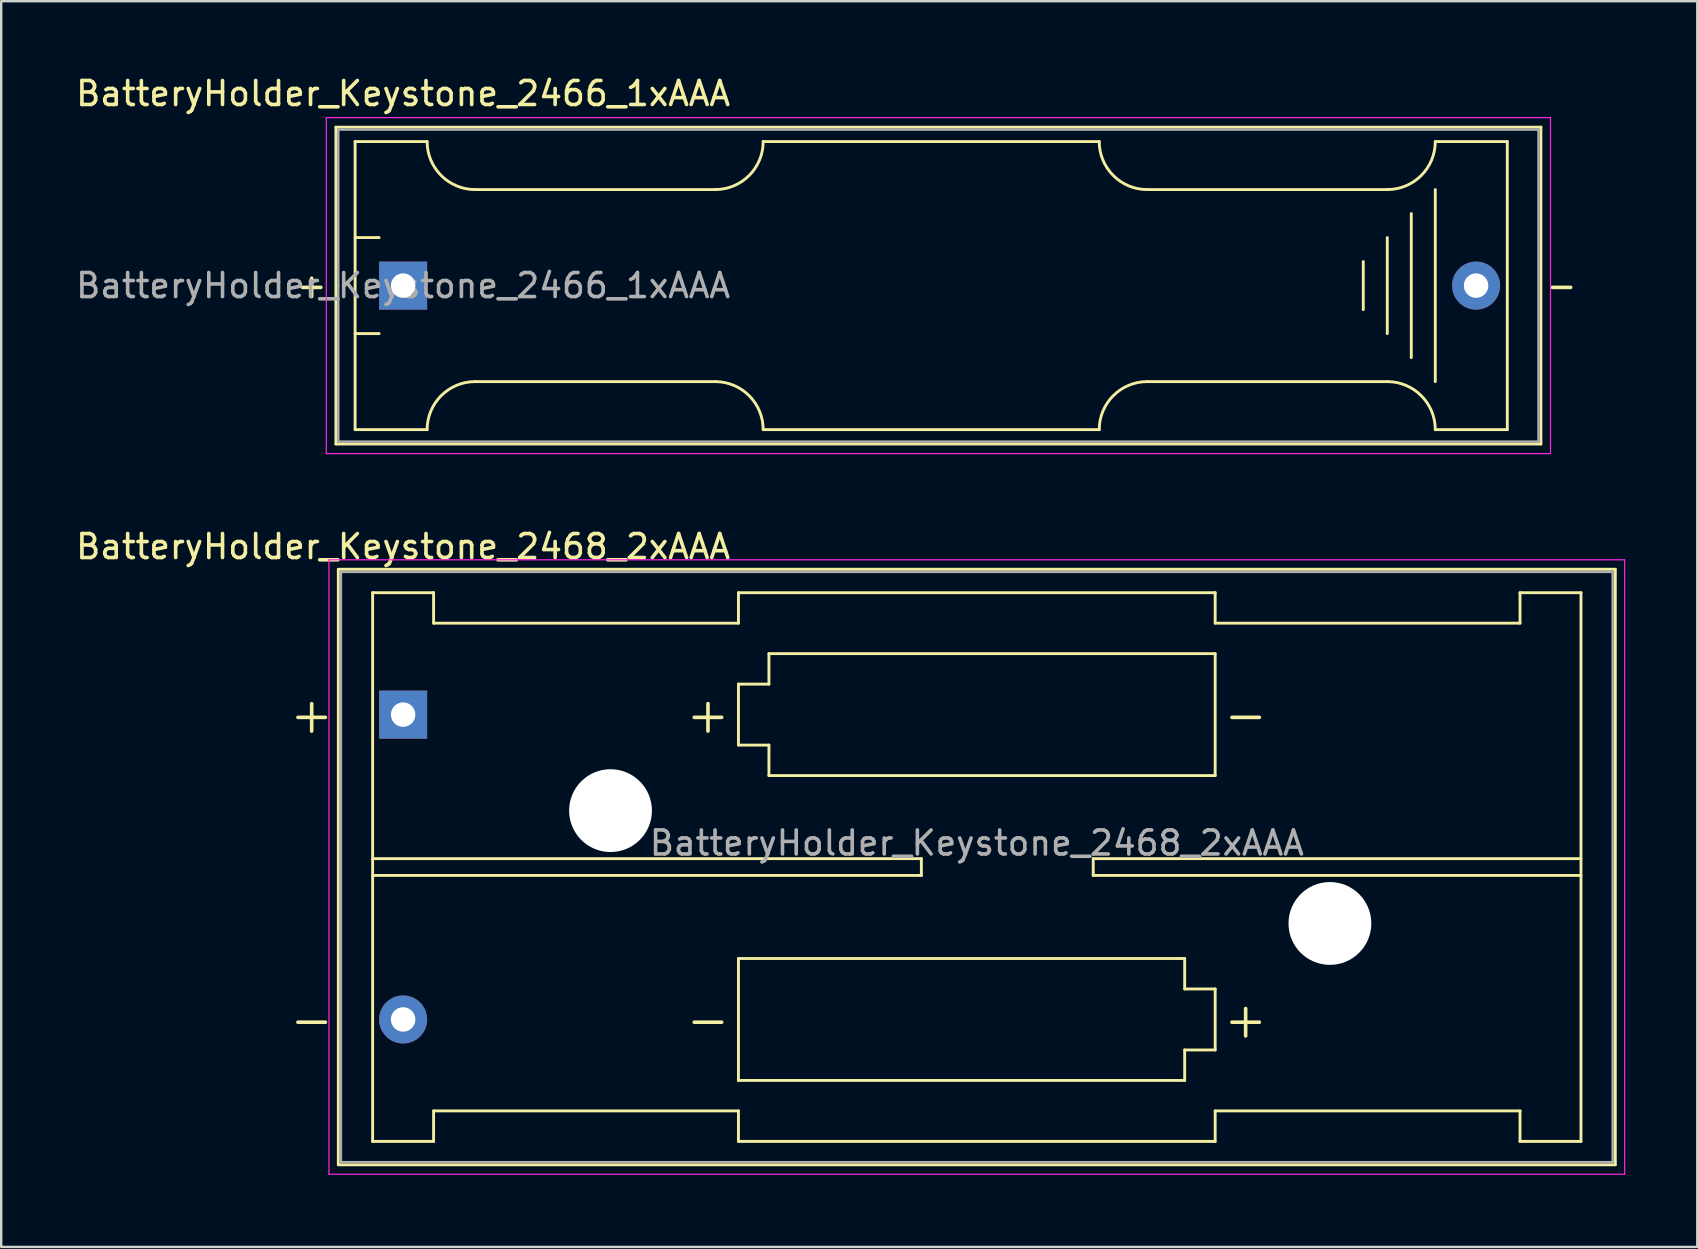
<source format=kicad_pcb>
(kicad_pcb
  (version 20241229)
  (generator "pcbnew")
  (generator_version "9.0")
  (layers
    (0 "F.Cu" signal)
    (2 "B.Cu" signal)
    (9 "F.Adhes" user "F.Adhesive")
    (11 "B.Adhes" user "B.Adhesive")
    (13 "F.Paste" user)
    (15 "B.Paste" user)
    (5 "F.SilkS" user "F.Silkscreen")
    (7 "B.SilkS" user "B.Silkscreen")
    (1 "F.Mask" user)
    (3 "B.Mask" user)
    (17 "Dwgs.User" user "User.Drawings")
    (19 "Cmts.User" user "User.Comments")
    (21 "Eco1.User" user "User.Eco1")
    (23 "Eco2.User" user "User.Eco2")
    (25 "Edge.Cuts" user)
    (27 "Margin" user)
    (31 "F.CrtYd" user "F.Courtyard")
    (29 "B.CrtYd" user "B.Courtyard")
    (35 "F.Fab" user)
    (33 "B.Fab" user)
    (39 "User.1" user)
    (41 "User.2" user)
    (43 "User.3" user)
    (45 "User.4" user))
  (footprint "BatteryHolder_Keystone_2468_2xAAA"
    (layer "F.Cu")
    (at 13.744 26.721)
    (property "Reference" "BatteryHolder_Keystone_2468_2xAAA" (at 0 -7 0) (layer "F.SilkS") (effects (font (size 1 1) (thickness 0.15))))
    (attr through_hole)
    (fp_line (start -2.7 -6.05) (end -2.7 18.75) (stroke (width 0.12) (type solid)) (layer "F.SilkS"))
    (fp_line (start -2.7 18.755) (end 50.5 18.755) (stroke (width 0.12) (type solid)) (layer "F.SilkS"))
    (fp_line (start -1.27 -5.08) (end -1.27 17.78) (stroke (width 0.12) (type solid)) (layer "F.SilkS"))
    (fp_line (start -1.27 6) (end 21.59 6) (stroke (width 0.12) (type solid)) (layer "F.SilkS"))
    (fp_line (start -1.27 17.78) (end 1.27 17.78) (stroke (width 0.12) (type solid)) (layer "F.SilkS"))
    (fp_line (start 1.27 -5.08) (end -1.27 -5.08) (stroke (width 0.12) (type solid)) (layer "F.SilkS"))
    (fp_line (start 1.27 -3.81) (end 1.27 -5.08) (stroke (width 0.12) (type solid)) (layer "F.SilkS"))
    (fp_line (start 1.27 -3.81) (end 13.97 -3.81) (stroke (width 0.12) (type solid)) (layer "F.SilkS"))
    (fp_line (start 1.27 16.51) (end 13.97 16.51) (stroke (width 0.12) (type solid)) (layer "F.SilkS"))
    (fp_line (start 1.27 17.78) (end 1.27 16.51) (stroke (width 0.12) (type solid)) (layer "F.SilkS"))
    (fp_line (start 13.97 -5.08) (end 13.97 -3.81) (stroke (width 0.12) (type solid)) (layer "F.SilkS"))
    (fp_line (start 13.97 -1.27) (end 15.24 -1.27) (stroke (width 0.12) (type solid)) (layer "F.SilkS"))
    (fp_line (start 13.97 1.27) (end 13.97 -1.27) (stroke (width 0.12) (type solid)) (layer "F.SilkS"))
    (fp_line (start 13.97 10.16) (end 32.56 10.16) (stroke (width 0.12) (type solid)) (layer "F.SilkS"))
    (fp_line (start 13.97 15.24) (end 13.97 10.16) (stroke (width 0.12) (type solid)) (layer "F.SilkS"))
    (fp_line (start 13.97 16.51) (end 13.97 17.78) (stroke (width 0.12) (type solid)) (layer "F.SilkS"))
    (fp_line (start 13.97 17.78) (end 33.83 17.78) (stroke (width 0.12) (type solid)) (layer "F.SilkS"))
    (fp_line (start 15.24 -2.54) (end 33.83 -2.54) (stroke (width 0.12) (type solid)) (layer "F.SilkS"))
    (fp_line (start 15.24 -1.27) (end 15.24 -2.54) (stroke (width 0.12) (type solid)) (layer "F.SilkS"))
    (fp_line (start 15.24 1.27) (end 13.97 1.27) (stroke (width 0.12) (type solid)) (layer "F.SilkS"))
    (fp_line (start 15.24 2.54) (end 15.24 1.27) (stroke (width 0.12) (type solid)) (layer "F.SilkS"))
    (fp_line (start 21.59 6) (end 21.59 6.7) (stroke (width 0.12) (type solid)) (layer "F.SilkS"))
    (fp_line (start 21.59 6.7) (end -1.27 6.7) (stroke (width 0.12) (type solid)) (layer "F.SilkS"))
    (fp_line (start 28.75 6) (end 28.75 6.7) (stroke (width 0.12) (type solid)) (layer "F.SilkS"))
    (fp_line (start 28.75 6.7) (end 49.07 6.7) (stroke (width 0.12) (type solid)) (layer "F.SilkS"))
    (fp_line (start 32.56 10.16) (end 32.56 11.43) (stroke (width 0.12) (type solid)) (layer "F.SilkS"))
    (fp_line (start 32.56 11.43) (end 33.83 11.43) (stroke (width 0.12) (type solid)) (layer "F.SilkS"))
    (fp_line (start 32.56 13.97) (end 32.56 15.24) (stroke (width 0.12) (type solid)) (layer "F.SilkS"))
    (fp_line (start 32.56 15.24) (end 13.97 15.24) (stroke (width 0.12) (type solid)) (layer "F.SilkS"))
    (fp_line (start 33.83 -5.08) (end 13.97 -5.08) (stroke (width 0.12) (type solid)) (layer "F.SilkS"))
    (fp_line (start 33.83 -3.81) (end 33.83 -5.08) (stroke (width 0.12) (type solid)) (layer "F.SilkS"))
    (fp_line (start 33.83 -2.54) (end 33.83 2.54) (stroke (width 0.12) (type solid)) (layer "F.SilkS"))
    (fp_line (start 33.83 2.54) (end 15.24 2.54) (stroke (width 0.12) (type solid)) (layer "F.SilkS"))
    (fp_line (start 33.83 11.43) (end 33.83 13.97) (stroke (width 0.12) (type solid)) (layer "F.SilkS"))
    (fp_line (start 33.83 13.97) (end 32.56 13.97) (stroke (width 0.12) (type solid)) (layer "F.SilkS"))
    (fp_line (start 33.83 17.78) (end 33.83 16.51) (stroke (width 0.12) (type solid)) (layer "F.SilkS"))
    (fp_line (start 46.53 -5.08) (end 46.53 -3.81) (stroke (width 0.12) (type solid)) (layer "F.SilkS"))
    (fp_line (start 46.53 -3.81) (end 33.83 -3.81) (stroke (width 0.12) (type solid)) (layer "F.SilkS"))
    (fp_line (start 46.53 16.51) (end 33.83 16.51) (stroke (width 0.12) (type solid)) (layer "F.SilkS"))
    (fp_line (start 46.53 17.78) (end 46.53 16.51) (stroke (width 0.12) (type solid)) (layer "F.SilkS"))
    (fp_line (start 49.07 -5.08) (end 46.53 -5.08) (stroke (width 0.12) (type solid)) (layer "F.SilkS"))
    (fp_line (start 49.07 -5.08) (end 49.07 17.78) (stroke (width 0.12) (type solid)) (layer "F.SilkS"))
    (fp_line (start 49.07 6) (end 28.75 6) (stroke (width 0.12) (type solid)) (layer "F.SilkS"))
    (fp_line (start 49.07 17.78) (end 46.53 17.78) (stroke (width 0.12) (type solid)) (layer "F.SilkS"))
    (fp_line (start 50.5 -6.055) (end -2.7 -6.055) (stroke (width 0.12) (type solid)) (layer "F.SilkS"))
    (fp_line (start 50.5 18.75) (end 50.5 -6.05) (stroke (width 0.12) (type solid)) (layer "F.SilkS"))
    (fp_line (start -3.09 -6.45) (end -3.09 19.15) (stroke (width 0.05) (type solid)) (layer "F.CrtYd"))
    (fp_line (start -3.09 19.15) (end 50.89 19.15) (stroke (width 0.05) (type solid)) (layer "F.CrtYd"))
    (fp_line (start 50.89 -6.45) (end -3.09 -6.45) (stroke (width 0.05) (type solid)) (layer "F.CrtYd"))
    (fp_line (start 50.89 19.15) (end 50.89 -6.45) (stroke (width 0.05) (type solid)) (layer "F.CrtYd"))
    (fp_line (start -2.59 -5.945) (end 50.39 -5.945) (stroke (width 0.1) (type solid)) (layer "F.Fab"))
    (fp_line (start -2.59 18.645) (end -2.59 -5.945) (stroke (width 0.1) (type solid)) (layer "F.Fab"))
    (fp_line (start -2.59 18.645) (end 50.39 18.645) (stroke (width 0.1) (type solid)) (layer "F.Fab"))
    (fp_line (start 50.39 18.645) (end 50.39 -5.945) (stroke (width 0.1) (type solid)) (layer "F.Fab"))
    (fp_text user "-" (at 35.1 0 0) (layer "F.SilkS") (effects (font (size 1.5 1.5) (thickness 0.15))))
    (fp_text user "+" (at 35.1 12.7 0) (layer "F.SilkS") (effects (font (size 1.5 1.5) (thickness 0.15))))
    (fp_text user "-" (at 12.7 12.7 0) (layer "F.SilkS") (effects (font (size 1.5 1.5) (thickness 0.15))))
    (fp_text user "-" (at -3.81 12.7 0) (layer "F.SilkS") (effects (font (size 1.5 1.5) (thickness 0.15))))
    (fp_text user "+" (at 12.7 0 0) (layer "F.SilkS") (effects (font (size 1.5 1.5) (thickness 0.15))))
    (fp_text user "+" (at -3.81 0 0) (layer "F.SilkS") (effects (font (size 1.5 1.5) (thickness 0.15))))
    (fp_text user "${REFERENCE}" (at 23.9 5.35 0) (layer "F.Fab") (effects (font (size 1 1) (thickness 0.15))))
    (pad "" np_thru_hole circle (at 8.64 4) (size 3.45 3.45) (drill 3.45) (layers "*.Cu"))
    (pad "" np_thru_hole circle (at 38.61 8.7) (size 3.45 3.45) (drill 3.45) (layers "*.Cu" "*.Mask"))
    (pad "1" thru_hole rect (at 0 0) (size 2 2) (drill 1.02) (layers "*.Cu" "*.Mask"))
    (pad "2" thru_hole circle (at 0 12.7) (size 2 2) (drill 1.02) (layers "*.Cu" "*.Mask")))
  (footprint "BatteryHolder_Keystone_2466_1xAAA"
    (layer "F.Cu")
    (at 13.744 8.848)
    (property "Reference" "BatteryHolder_Keystone_2466_1xAAA" (at 0 -8 180) (layer "F.SilkS") (effects (font (size 1 1) (thickness 0.15))))
    (attr through_hole)
    (fp_line (start -2.8 -6.6) (end -2.8 6.6) (stroke (width 0.12) (type solid)) (layer "F.SilkS"))
    (fp_line (start -2.8 6.6) (end 47.4 6.6) (stroke (width 0.12) (type solid)) (layer "F.SilkS"))
    (fp_line (start -2 -6) (end -2 6) (stroke (width 0.12) (type solid)) (layer "F.SilkS"))
    (fp_line (start -2 -6) (end 1 -6) (stroke (width 0.12) (type solid)) (layer "F.SilkS"))
    (fp_line (start -2 -2) (end -1 -2) (stroke (width 0.12) (type solid)) (layer "F.SilkS"))
    (fp_line (start -2 6) (end 1 6) (stroke (width 0.12) (type solid)) (layer "F.SilkS"))
    (fp_line (start -1 2) (end -2 2) (stroke (width 0.12) (type solid)) (layer "F.SilkS"))
    (fp_line (start 3 -4) (end 13 -4) (stroke (width 0.12) (type solid)) (layer "F.SilkS"))
    (fp_line (start 3 4) (end 13 4) (stroke (width 0.12) (type solid)) (layer "F.SilkS"))
    (fp_line (start 15 6) (end 29 6) (stroke (width 0.12) (type solid)) (layer "F.SilkS"))
    (fp_line (start 29 -6) (end 15 -6) (stroke (width 0.12) (type solid)) (layer "F.SilkS"))
    (fp_line (start 40 -1) (end 40 1) (stroke (width 0.12) (type solid)) (layer "F.SilkS"))
    (fp_line (start 41 -4) (end 31 -4) (stroke (width 0.12) (type solid)) (layer "F.SilkS"))
    (fp_line (start 41 -2) (end 41 2) (stroke (width 0.12) (type solid)) (layer "F.SilkS"))
    (fp_line (start 41 4) (end 31 4) (stroke (width 0.12) (type solid)) (layer "F.SilkS"))
    (fp_line (start 42 3) (end 42 -3) (stroke (width 0.12) (type solid)) (layer "F.SilkS"))
    (fp_line (start 43 -4) (end 43 4) (stroke (width 0.12) (type solid)) (layer "F.SilkS"))
    (fp_line (start 46 -6) (end 43 -6) (stroke (width 0.12) (type solid)) (layer "F.SilkS"))
    (fp_line (start 46 -6) (end 46 6) (stroke (width 0.12) (type solid)) (layer "F.SilkS"))
    (fp_line (start 46 6) (end 43 6) (stroke (width 0.12) (type solid)) (layer "F.SilkS"))
    (fp_line (start 47.4 -6.6) (end -2.8 -6.6) (stroke (width 0.12) (type solid)) (layer "F.SilkS"))
    (fp_line (start 47.4 6.6) (end 47.4 -6.6) (stroke (width 0.12) (type solid)) (layer "F.SilkS"))
    (fp_arc (start 1 6) (mid 1.585786 4.585786) (end 3 4) (stroke (width 0.12) (type solid)) (layer "F.SilkS"))
    (fp_arc (start 3 -4) (mid 1.585786 -4.585786) (end 1 -6) (stroke (width 0.12) (type solid)) (layer "F.SilkS"))
    (fp_arc (start 13 4) (mid 14.414214 4.585786) (end 15 6) (stroke (width 0.12) (type solid)) (layer "F.SilkS"))
    (fp_arc (start 15 -6) (mid 14.414214 -4.585786) (end 13 -4) (stroke (width 0.12) (type solid)) (layer "F.SilkS"))
    (fp_arc (start 29 6) (mid 29.585786 4.585786) (end 31 4) (stroke (width 0.12) (type solid)) (layer "F.SilkS"))
    (fp_arc (start 31 -4) (mid 29.585786 -4.585786) (end 29 -6) (stroke (width 0.12) (type solid)) (layer "F.SilkS"))
    (fp_arc (start 41 4) (mid 42.414214 4.585786) (end 43 6) (stroke (width 0.12) (type solid)) (layer "F.SilkS"))
    (fp_arc (start 43 -6) (mid 42.414214 -4.585786) (end 41 -4) (stroke (width 0.12) (type solid)) (layer "F.SilkS"))
    (fp_line (start -3.2 -7) (end -3.2 7) (stroke (width 0.05) (type solid)) (layer "F.CrtYd"))
    (fp_line (start -3.2 7) (end 47.8 7) (stroke (width 0.05) (type solid)) (layer "F.CrtYd"))
    (fp_line (start 47.8 -7) (end -3.2 -7) (stroke (width 0.05) (type solid)) (layer "F.CrtYd"))
    (fp_line (start 47.8 7) (end 47.8 -7) (stroke (width 0.05) (type solid)) (layer "F.CrtYd"))
    (fp_line (start -2.7 -6.5) (end 47.3 -6.5) (stroke (width 0.1) (type solid)) (layer "F.Fab"))
    (fp_line (start -2.7 0) (end -2.7 -6.5) (stroke (width 0.1) (type solid)) (layer "F.Fab"))
    (fp_line (start -2.7 6.5) (end -2.7 0) (stroke (width 0.1) (type solid)) (layer "F.Fab"))
    (fp_line (start 47.3 -6.5) (end 47.3 6.5) (stroke (width 0.1) (type solid)) (layer "F.Fab"))
    (fp_line (start 47.3 6.5) (end -2.7 6.5) (stroke (width 0.1) (type solid)) (layer "F.Fab"))
    (fp_text user "+" (at -3.81 0 0) (layer "F.SilkS") (effects (font (size 1 1) (thickness 0.15))))
    (fp_text user "-" (at 48.26 0 0) (layer "F.SilkS") (effects (font (size 1 1) (thickness 0.15))))
    (fp_text user "${REFERENCE}" (at 0 0 0) (layer "F.Fab") (effects (font (size 1 1) (thickness 0.15))))
    (pad "1" thru_hole rect (at 0 0) (size 2 2) (drill 1.02) (layers "*.Cu" "*.Mask"))
    (pad "2" thru_hole circle (at 44.7 0) (size 2 2) (drill 1.02) (layers "*.Cu" "*.Mask")))
  (gr_rect
    (start -3 -3)
    (end 67.659 48.897)
    (stroke (width 0.1) (type default))
    (fill no)
    (layer "Edge.Cuts")))
</source>
